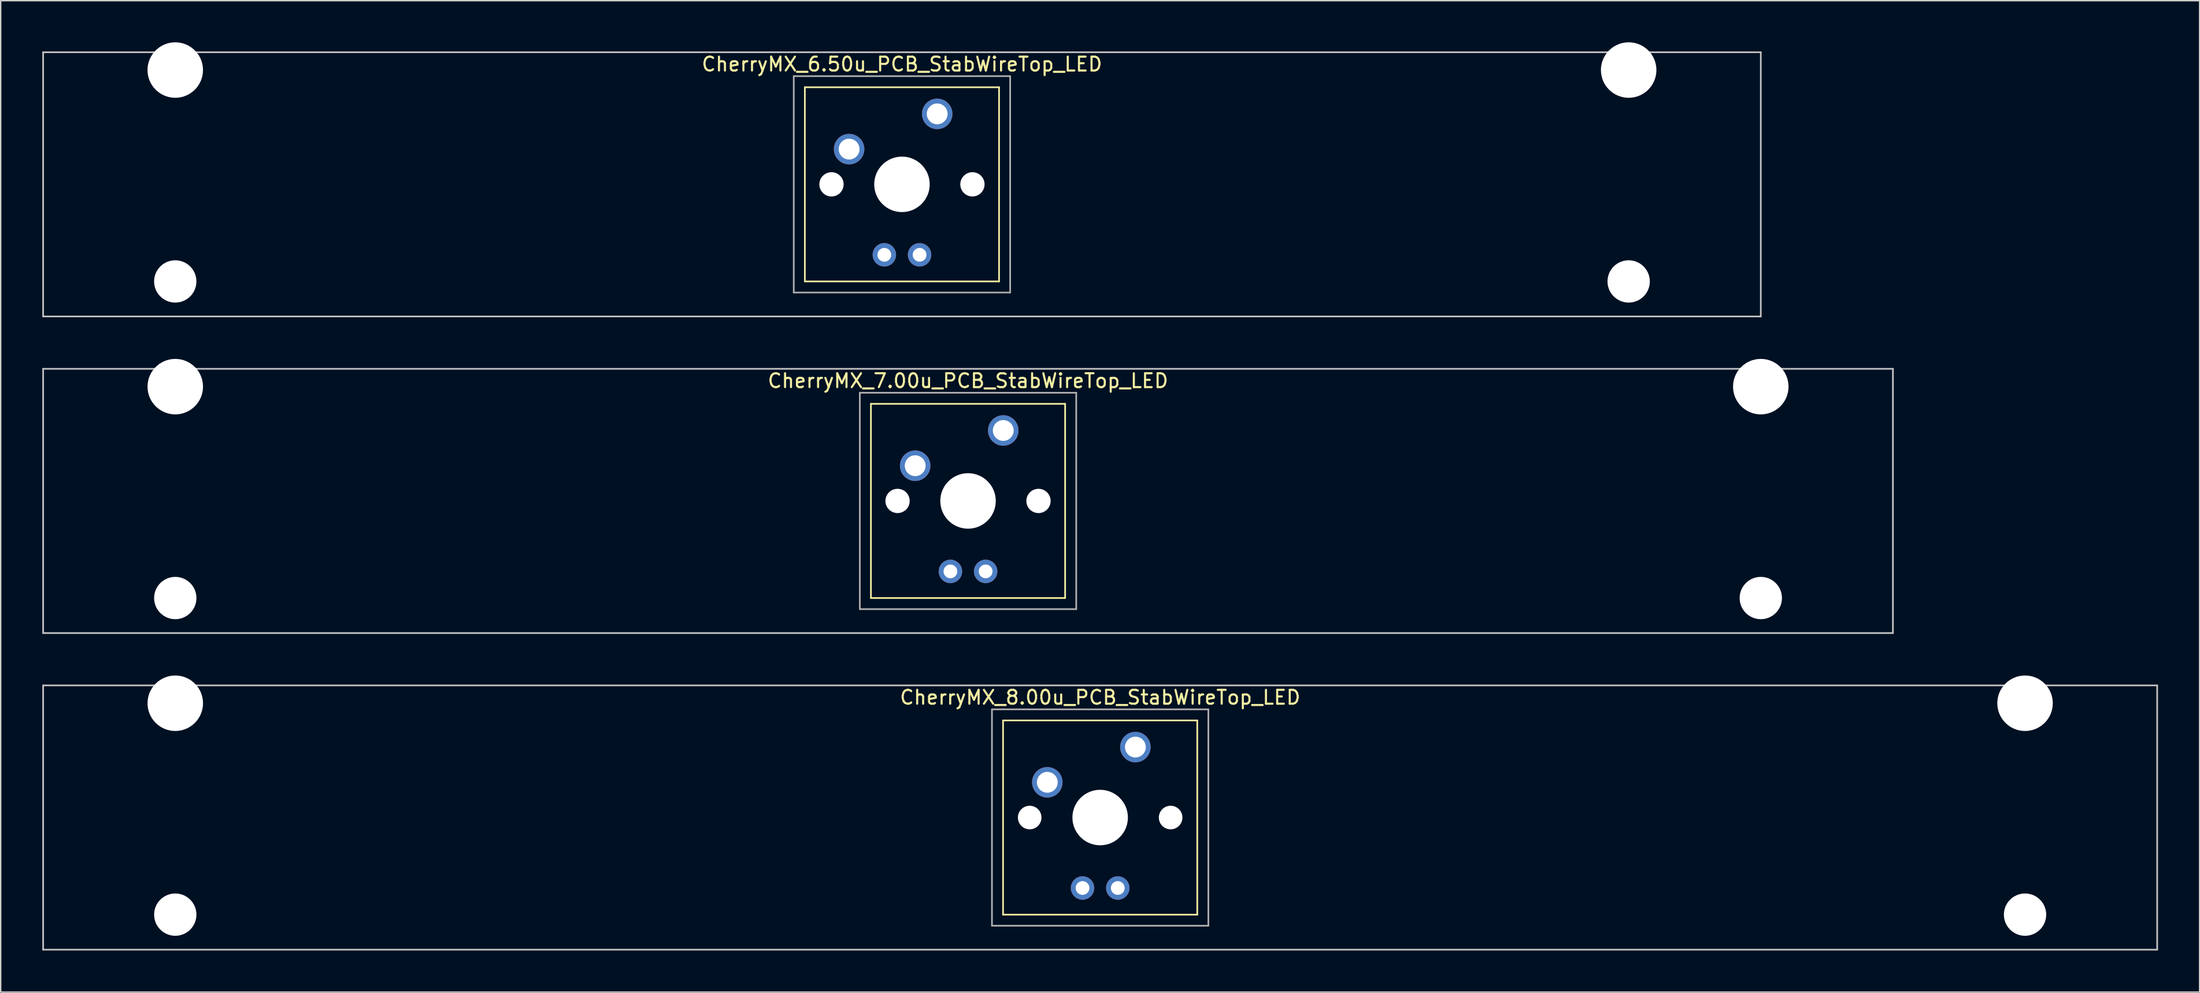
<source format=kicad_pcb>
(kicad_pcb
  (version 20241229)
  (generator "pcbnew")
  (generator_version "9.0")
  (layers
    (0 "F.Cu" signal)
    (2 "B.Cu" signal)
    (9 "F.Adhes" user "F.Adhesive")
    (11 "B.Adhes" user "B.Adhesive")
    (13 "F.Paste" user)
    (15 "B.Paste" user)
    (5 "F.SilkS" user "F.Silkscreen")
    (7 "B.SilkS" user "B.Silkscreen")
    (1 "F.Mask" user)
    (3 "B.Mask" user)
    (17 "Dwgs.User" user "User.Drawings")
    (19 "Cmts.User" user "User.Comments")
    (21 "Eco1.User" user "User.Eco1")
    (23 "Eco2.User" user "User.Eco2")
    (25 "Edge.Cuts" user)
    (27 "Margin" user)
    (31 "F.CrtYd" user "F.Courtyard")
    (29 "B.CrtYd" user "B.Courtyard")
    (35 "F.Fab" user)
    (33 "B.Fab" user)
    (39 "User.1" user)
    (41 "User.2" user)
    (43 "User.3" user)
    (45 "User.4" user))
  (footprint "CherryMX_7.00u_PCB_StabWireTop_LED"
    (layer "F.Cu")
    (at 66.735 33.065)
    (property "Reference" "CherryMX_7.00u_PCB_StabWireTop_LED" (at 0 -8.662 0) (layer "F.SilkS") (effects (font (size 1 1) (thickness 0.15))))
    (attr through_hole)
    (fp_line (start -7 -7) (end -7 7) (stroke (width 0.12) (type solid)) (layer "F.SilkS"))
    (fp_line (start -7 -7) (end 7 -7) (stroke (width 0.12) (type solid)) (layer "F.SilkS"))
    (fp_line (start 7 -7) (end 7 7) (stroke (width 0.12) (type solid)) (layer "F.SilkS"))
    (fp_line (start 7 7) (end -7 7) (stroke (width 0.12) (type solid)) (layer "F.SilkS"))
    (fp_line (start -66.675 -9.525) (end 66.675 -9.525) (stroke (width 0.12) (type solid)) (layer "Dwgs.User"))
    (fp_line (start -66.675 9.525) (end -66.675 -9.525) (stroke (width 0.12) (type solid)) (layer "Dwgs.User"))
    (fp_line (start 66.675 -9.525) (end 66.675 9.525) (stroke (width 0.12) (type solid)) (layer "Dwgs.User"))
    (fp_line (start 66.675 9.525) (end -66.675 9.525) (stroke (width 0.12) (type solid)) (layer "Dwgs.User"))
    (fp_line (start -7.8 -7.8) (end -7.8 7.8) (stroke (width 0.12) (type solid)) (layer "F.Fab"))
    (fp_line (start -7.8 -7.8) (end 7.8 -7.8) (stroke (width 0.12) (type solid)) (layer "F.Fab"))
    (fp_line (start -7.8 7.8) (end 7.8 7.8) (stroke (width 0.12) (type solid)) (layer "F.Fab"))
    (fp_line (start 7.8 -7.8) (end 7.8 7.8) (stroke (width 0.12) (type solid)) (layer "F.Fab"))
    (pad "" np_thru_hole circle (at -57.15 -8.24) (size 4 4) (drill 4) (layers "*.Cu" "*.Mask"))
    (pad "" np_thru_hole circle (at -57.15 7) (size 3.05 3.05) (drill 3.05) (layers "*.Cu" "*.Mask"))
    (pad "" np_thru_hole circle (at -5.08 0) (size 1.75 1.75) (drill 1.75) (layers "*.Cu" "*.Mask"))
    (pad "" np_thru_hole circle (at 0 0) (size 4 4) (drill 4) (layers "*.Cu" "*.Mask"))
    (pad "" np_thru_hole circle (at 5.08 0) (size 1.75 1.75) (drill 1.75) (layers "*.Cu" "*.Mask"))
    (pad "" np_thru_hole circle (at 57.15 -8.24) (size 4 4) (drill 4) (layers "*.Cu" "*.Mask"))
    (pad "" np_thru_hole circle (at 57.15 7) (size 3.05 3.05) (drill 3.05) (layers "*.Cu" "*.Mask"))
    (pad "1" thru_hole circle (at -3.81 -2.54) (size 2.2 2.2) (drill 1.5) (layers "*.Cu" "*.Mask"))
    (pad "2" thru_hole circle (at 2.54 -5.08) (size 2.2 2.2) (drill 1.5) (layers "*.Cu" "*.Mask"))
    (pad "3" thru_hole circle (at -1.27 5.08) (size 1.691 1.691) (drill 0.991) (layers "*.Cu" "*.Mask"))
    (pad "4" thru_hole circle (at 1.27 5.08) (size 1.691 1.691) (drill 0.991) (layers "*.Cu" "*.Mask")))
  (footprint "CherryMX_8.00u_PCB_StabWireTop_LED"
    (layer "F.Cu")
    (at 76.26 55.89)
    (property "Reference" "CherryMX_8.00u_PCB_StabWireTop_LED" (at 0 -8.662 0) (layer "F.SilkS") (effects (font (size 1 1) (thickness 0.15))))
    (attr through_hole)
    (fp_line (start -7 -7) (end -7 7) (stroke (width 0.12) (type solid)) (layer "F.SilkS"))
    (fp_line (start -7 -7) (end 7 -7) (stroke (width 0.12) (type solid)) (layer "F.SilkS"))
    (fp_line (start 7 -7) (end 7 7) (stroke (width 0.12) (type solid)) (layer "F.SilkS"))
    (fp_line (start 7 7) (end -7 7) (stroke (width 0.12) (type solid)) (layer "F.SilkS"))
    (fp_line (start -76.2 -9.525) (end 76.2 -9.525) (stroke (width 0.12) (type solid)) (layer "Dwgs.User"))
    (fp_line (start -76.2 9.525) (end -76.2 -9.525) (stroke (width 0.12) (type solid)) (layer "Dwgs.User"))
    (fp_line (start 76.2 -9.525) (end 76.2 9.525) (stroke (width 0.12) (type solid)) (layer "Dwgs.User"))
    (fp_line (start 76.2 9.525) (end -76.2 9.525) (stroke (width 0.12) (type solid)) (layer "Dwgs.User"))
    (fp_line (start -7.8 -7.8) (end -7.8 7.8) (stroke (width 0.12) (type solid)) (layer "F.Fab"))
    (fp_line (start -7.8 -7.8) (end 7.8 -7.8) (stroke (width 0.12) (type solid)) (layer "F.Fab"))
    (fp_line (start -7.8 7.8) (end 7.8 7.8) (stroke (width 0.12) (type solid)) (layer "F.Fab"))
    (fp_line (start 7.8 -7.8) (end 7.8 7.8) (stroke (width 0.12) (type solid)) (layer "F.Fab"))
    (pad "" np_thru_hole circle (at -66.675 -8.24) (size 4 4) (drill 4) (layers "*.Cu" "*.Mask"))
    (pad "" np_thru_hole circle (at -66.675 7) (size 3.05 3.05) (drill 3.05) (layers "*.Cu" "*.Mask"))
    (pad "" np_thru_hole circle (at -5.08 0) (size 1.7 1.7) (drill 1.7) (layers "*.Cu" "*.Mask"))
    (pad "" np_thru_hole circle (at 0 0) (size 4 4) (drill 4) (layers "*.Cu" "*.Mask"))
    (pad "" np_thru_hole circle (at 5.08 0) (size 1.7 1.7) (drill 1.7) (layers "*.Cu" "*.Mask"))
    (pad "" np_thru_hole circle (at 66.675 -8.24) (size 4 4) (drill 4) (layers "*.Cu" "*.Mask"))
    (pad "" np_thru_hole circle (at 66.675 7) (size 3.05 3.05) (drill 3.05) (layers "*.Cu" "*.Mask"))
    (pad "1" thru_hole circle (at -3.81 -2.54) (size 2.2 2.2) (drill 1.5) (layers "*.Cu" "*.Mask"))
    (pad "2" thru_hole circle (at 2.54 -5.08) (size 2.2 2.2) (drill 1.5) (layers "*.Cu" "*.Mask"))
    (pad "3" thru_hole circle (at -1.27 5.08) (size 1.691 1.691) (drill 0.991) (layers "*.Cu" "*.Mask"))
    (pad "4" thru_hole circle (at 1.27 5.08) (size 1.691 1.691) (drill 0.991) (layers "*.Cu" "*.Mask")))
  (footprint "CherryMX_6.50u_PCB_StabWireTop_LED"
    (layer "F.Cu")
    (at 61.972 10.24)
    (property "Reference" "CherryMX_6.50u_PCB_StabWireTop_LED" (at 0 -8.662 0) (layer "F.SilkS") (effects (font (size 1 1) (thickness 0.15))))
    (attr through_hole)
    (fp_line (start -7 -7) (end -7 7) (stroke (width 0.12) (type solid)) (layer "F.SilkS"))
    (fp_line (start -7 -7) (end 7 -7) (stroke (width 0.12) (type solid)) (layer "F.SilkS"))
    (fp_line (start 7 -7) (end 7 7) (stroke (width 0.12) (type solid)) (layer "F.SilkS"))
    (fp_line (start 7 7) (end -7 7) (stroke (width 0.12) (type solid)) (layer "F.SilkS"))
    (fp_line (start -61.913 -9.525) (end 61.913 -9.525) (stroke (width 0.12) (type solid)) (layer "Dwgs.User"))
    (fp_line (start -61.913 9.525) (end -61.913 -9.525) (stroke (width 0.12) (type solid)) (layer "Dwgs.User"))
    (fp_line (start 61.913 -9.525) (end 61.913 9.525) (stroke (width 0.12) (type solid)) (layer "Dwgs.User"))
    (fp_line (start 61.913 9.525) (end -61.913 9.525) (stroke (width 0.12) (type solid)) (layer "Dwgs.User"))
    (fp_line (start -7.8 -7.8) (end -7.8 7.8) (stroke (width 0.12) (type solid)) (layer "F.Fab"))
    (fp_line (start -7.8 -7.8) (end 7.8 -7.8) (stroke (width 0.12) (type solid)) (layer "F.Fab"))
    (fp_line (start -7.8 7.8) (end 7.8 7.8) (stroke (width 0.12) (type solid)) (layer "F.Fab"))
    (fp_line (start 7.8 -7.8) (end 7.8 7.8) (stroke (width 0.12) (type solid)) (layer "F.Fab"))
    (pad "" np_thru_hole circle (at -52.388 -8.24) (size 4 4) (drill 4) (layers "*.Cu" "*.Mask"))
    (pad "" np_thru_hole circle (at -52.388 7) (size 3.05 3.05) (drill 3.05) (layers "*.Cu" "*.Mask"))
    (pad "" np_thru_hole circle (at -5.08 0) (size 1.75 1.75) (drill 1.75) (layers "*.Cu" "*.Mask"))
    (pad "" np_thru_hole circle (at 0 0) (size 4 4) (drill 4) (layers "*.Cu" "*.Mask"))
    (pad "" np_thru_hole circle (at 5.08 0) (size 1.75 1.75) (drill 1.75) (layers "*.Cu" "*.Mask"))
    (pad "" np_thru_hole circle (at 52.388 -8.24) (size 4 4) (drill 4) (layers "*.Cu" "*.Mask"))
    (pad "" np_thru_hole circle (at 52.388 7) (size 3.05 3.05) (drill 3.05) (layers "*.Cu" "*.Mask"))
    (pad "1" thru_hole circle (at -3.81 -2.54) (size 2.2 2.2) (drill 1.5) (layers "*.Cu" "*.Mask"))
    (pad "2" thru_hole circle (at 2.54 -5.08) (size 2.2 2.2) (drill 1.5) (layers "*.Cu" "*.Mask"))
    (pad "3" thru_hole circle (at -1.27 5.08) (size 1.691 1.691) (drill 0.991) (layers "*.Cu" "*.Mask"))
    (pad "4" thru_hole circle (at 1.27 5.08) (size 1.691 1.691) (drill 0.991) (layers "*.Cu" "*.Mask")))
  (gr_rect
    (start -3 -3)
    (end 155.52 68.475)
    (stroke (width 0.1) (type default))
    (fill no)
    (layer "Edge.Cuts")))
</source>
